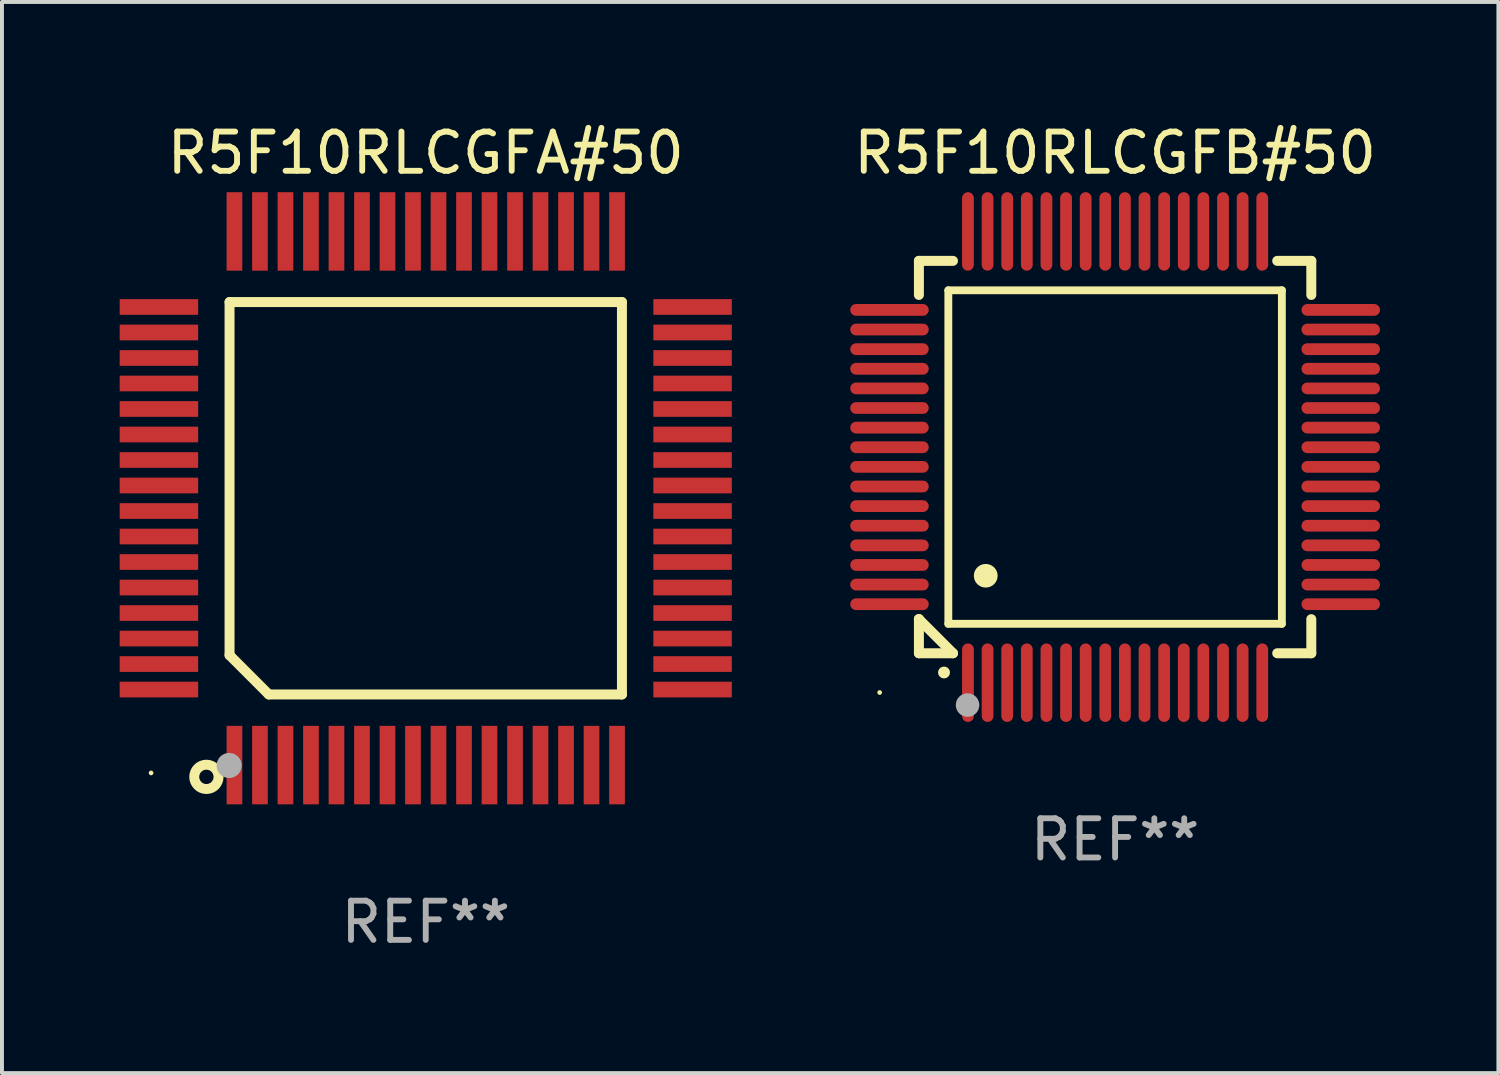
<source format=kicad_pcb>
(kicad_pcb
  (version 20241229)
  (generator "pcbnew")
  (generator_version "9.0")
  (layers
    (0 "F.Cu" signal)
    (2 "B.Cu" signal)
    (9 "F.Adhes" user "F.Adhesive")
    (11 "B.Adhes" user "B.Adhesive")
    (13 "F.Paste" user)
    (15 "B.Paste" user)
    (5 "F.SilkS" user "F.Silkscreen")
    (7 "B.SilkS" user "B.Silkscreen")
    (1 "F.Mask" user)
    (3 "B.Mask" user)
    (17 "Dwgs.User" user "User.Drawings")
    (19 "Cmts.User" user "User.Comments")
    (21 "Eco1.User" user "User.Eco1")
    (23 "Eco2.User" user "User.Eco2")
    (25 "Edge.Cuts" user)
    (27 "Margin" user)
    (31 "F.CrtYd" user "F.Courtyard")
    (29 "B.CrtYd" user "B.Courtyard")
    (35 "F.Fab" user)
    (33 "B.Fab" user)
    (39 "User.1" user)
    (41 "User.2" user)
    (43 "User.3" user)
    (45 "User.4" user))
  (footprint "R5F10RLCGFB#50"
    (layer "F.Cu")
    (at 25.368 8.598)
    (property "Reference" "R5F10RLCGFB#50" (at 0 -7.75 0) (layer "F.SilkS") (effects (font (size 1 1) (thickness 0.15))))
    (attr through_hole)
    (fp_line (start -5 -5) (end -4.131 -5) (stroke (width 0.254) (type solid)) (layer "F.SilkS"))
    (fp_line (start -5 -4.131) (end -5 -5) (stroke (width 0.254) (type solid)) (layer "F.SilkS"))
    (fp_line (start -5 4.131) (end -5 4.131) (stroke (width 0.254) (type solid)) (layer "F.SilkS"))
    (fp_line (start -5 5) (end -5 4.131) (stroke (width 0.254) (type solid)) (layer "F.SilkS"))
    (fp_line (start -5 4.131) (end -4.131 5) (stroke (width 0.254) (type solid)) (layer "F.SilkS"))
    (fp_line (start -4.25 -4.25) (end -4.25 4.25) (stroke (width 0.2) (type solid)) (layer "F.SilkS"))
    (fp_line (start -4.25 4.25) (end 4.25 4.25) (stroke (width 0.2) (type solid)) (layer "F.SilkS"))
    (fp_line (start -4.131 5) (end -5 5) (stroke (width 0.254) (type solid)) (layer "F.SilkS"))
    (fp_line (start 4.25 -4.25) (end -4.25 -4.25) (stroke (width 0.2) (type solid)) (layer "F.SilkS"))
    (fp_line (start 4.25 4.25) (end 4.25 -4.25) (stroke (width 0.2) (type solid)) (layer "F.SilkS"))
    (fp_line (start 5 -5) (end 4.131 -5) (stroke (width 0.254) (type solid)) (layer "F.SilkS"))
    (fp_line (start 5 -5) (end 5 -4.131) (stroke (width 0.254) (type solid)) (layer "F.SilkS"))
    (fp_line (start 5 4.131) (end 5 5) (stroke (width 0.254) (type solid)) (layer "F.SilkS"))
    (fp_line (start 5 5) (end 4.131 5) (stroke (width 0.254) (type solid)) (layer "F.SilkS"))
    (fp_arc (start -4.361265 5.489992) (mid -4.359995 5.489987) (end -4.358725 5.489992) (stroke (width 0.3) (type solid)) (layer "F.SilkS"))
    (fp_arc (start -3.299467 3.025146) (mid -3.296927 3.025135) (end -3.294387 3.025146) (stroke (width 0.6) (type solid)) (layer "F.SilkS"))
    (fp_circle (center -6 6) (end -5.97 6) (stroke (width 0.06) (type solid)) (fill no) (layer "F.SilkS"))
    (fp_circle (center -3.76 6.32) (end -3.61 6.32) (stroke (width 0.3) (type solid)) (fill no) (layer "F.Fab"))
    (fp_text user "REF**" (at 0 9.75 0) (layer "F.Fab") (effects (font (size 1 1) (thickness 0.15))))
    (pad "1" smd oval (at -3.75 5.75) (size 0.3 2) (layers "F.Cu" "F.Mask" "F.Paste"))
    (pad "2" smd oval (at -3.25 5.75) (size 0.3 2) (layers "F.Cu" "F.Mask" "F.Paste"))
    (pad "3" smd oval (at -2.75 5.75) (size 0.3 2) (layers "F.Cu" "F.Mask" "F.Paste"))
    (pad "4" smd oval (at -2.25 5.75) (size 0.3 2) (layers "F.Cu" "F.Mask" "F.Paste"))
    (pad "5" smd oval (at -1.75 5.75) (size 0.3 2) (layers "F.Cu" "F.Mask" "F.Paste"))
    (pad "6" smd oval (at -1.25 5.75) (size 0.3 2) (layers "F.Cu" "F.Mask" "F.Paste"))
    (pad "7" smd oval (at -0.75 5.75) (size 0.3 2) (layers "F.Cu" "F.Mask" "F.Paste"))
    (pad "8" smd oval (at -0.25 5.75) (size 0.3 2) (layers "F.Cu" "F.Mask" "F.Paste"))
    (pad "9" smd oval (at 0.25 5.75) (size 0.3 2) (layers "F.Cu" "F.Mask" "F.Paste"))
    (pad "10" smd oval (at 0.75 5.75) (size 0.3 2) (layers "F.Cu" "F.Mask" "F.Paste"))
    (pad "11" smd oval (at 1.25 5.75) (size 0.3 2) (layers "F.Cu" "F.Mask" "F.Paste"))
    (pad "12" smd oval (at 1.75 5.75) (size 0.3 2) (layers "F.Cu" "F.Mask" "F.Paste"))
    (pad "13" smd oval (at 2.25 5.75) (size 0.3 2) (layers "F.Cu" "F.Mask" "F.Paste"))
    (pad "14" smd oval (at 2.75 5.75) (size 0.3 2) (layers "F.Cu" "F.Mask" "F.Paste"))
    (pad "15" smd oval (at 3.25 5.75) (size 0.3 2) (layers "F.Cu" "F.Mask" "F.Paste"))
    (pad "16" smd oval (at 3.75 5.75) (size 0.3 2) (layers "F.Cu" "F.Mask" "F.Paste"))
    (pad "17" smd oval (at 5.75 3.75) (size 2 0.3) (layers "F.Cu" "F.Mask" "F.Paste"))
    (pad "18" smd oval (at 5.75 3.25) (size 2 0.3) (layers "F.Cu" "F.Mask" "F.Paste"))
    (pad "19" smd oval (at 5.75 2.75) (size 2 0.3) (layers "F.Cu" "F.Mask" "F.Paste"))
    (pad "20" smd oval (at 5.75 2.25) (size 2 0.3) (layers "F.Cu" "F.Mask" "F.Paste"))
    (pad "21" smd oval (at 5.75 1.75) (size 2 0.3) (layers "F.Cu" "F.Mask" "F.Paste"))
    (pad "22" smd oval (at 5.75 1.25) (size 2 0.3) (layers "F.Cu" "F.Mask" "F.Paste"))
    (pad "23" smd oval (at 5.75 0.75) (size 2 0.3) (layers "F.Cu" "F.Mask" "F.Paste"))
    (pad "24" smd oval (at 5.75 0.25) (size 2 0.3) (layers "F.Cu" "F.Mask" "F.Paste"))
    (pad "25" smd oval (at 5.75 -0.25) (size 2 0.3) (layers "F.Cu" "F.Mask" "F.Paste"))
    (pad "26" smd oval (at 5.75 -0.75) (size 2 0.3) (layers "F.Cu" "F.Mask" "F.Paste"))
    (pad "27" smd oval (at 5.75 -1.25) (size 2 0.3) (layers "F.Cu" "F.Mask" "F.Paste"))
    (pad "28" smd oval (at 5.75 -1.75) (size 2 0.3) (layers "F.Cu" "F.Mask" "F.Paste"))
    (pad "29" smd oval (at 5.75 -2.25) (size 2 0.3) (layers "F.Cu" "F.Mask" "F.Paste"))
    (pad "30" smd oval (at 5.75 -2.75) (size 2 0.3) (layers "F.Cu" "F.Mask" "F.Paste"))
    (pad "31" smd oval (at 5.75 -3.25) (size 2 0.3) (layers "F.Cu" "F.Mask" "F.Paste"))
    (pad "32" smd oval (at 5.75 -3.75) (size 2 0.3) (layers "F.Cu" "F.Mask" "F.Paste"))
    (pad "33" smd oval (at 3.75 -5.75) (size 0.3 2) (layers "F.Cu" "F.Mask" "F.Paste"))
    (pad "34" smd oval (at 3.25 -5.75) (size 0.3 2) (layers "F.Cu" "F.Mask" "F.Paste"))
    (pad "35" smd oval (at 2.75 -5.75) (size 0.3 2) (layers "F.Cu" "F.Mask" "F.Paste"))
    (pad "36" smd oval (at 2.25 -5.75) (size 0.3 2) (layers "F.Cu" "F.Mask" "F.Paste"))
    (pad "37" smd oval (at 1.75 -5.75) (size 0.3 2) (layers "F.Cu" "F.Mask" "F.Paste"))
    (pad "38" smd oval (at 1.25 -5.75) (size 0.3 2) (layers "F.Cu" "F.Mask" "F.Paste"))
    (pad "39" smd oval (at 0.75 -5.75) (size 0.3 2) (layers "F.Cu" "F.Mask" "F.Paste"))
    (pad "40" smd oval (at 0.25 -5.75) (size 0.3 2) (layers "F.Cu" "F.Mask" "F.Paste"))
    (pad "41" smd oval (at -0.25 -5.75) (size 0.3 2) (layers "F.Cu" "F.Mask" "F.Paste"))
    (pad "42" smd oval (at -0.75 -5.75) (size 0.3 2) (layers "F.Cu" "F.Mask" "F.Paste"))
    (pad "43" smd oval (at -1.25 -5.75) (size 0.3 2) (layers "F.Cu" "F.Mask" "F.Paste"))
    (pad "44" smd oval (at -1.75 -5.75) (size 0.3 2) (layers "F.Cu" "F.Mask" "F.Paste"))
    (pad "45" smd oval (at -2.25 -5.75) (size 0.3 2) (layers "F.Cu" "F.Mask" "F.Paste"))
    (pad "46" smd oval (at -2.75 -5.75) (size 0.3 2) (layers "F.Cu" "F.Mask" "F.Paste"))
    (pad "47" smd oval (at -3.25 -5.75) (size 0.3 2) (layers "F.Cu" "F.Mask" "F.Paste"))
    (pad "48" smd oval (at -3.75 -5.75) (size 0.3 2) (layers "F.Cu" "F.Mask" "F.Paste"))
    (pad "49" smd oval (at -5.75 -3.75) (size 2 0.3) (layers "F.Cu" "F.Mask" "F.Paste"))
    (pad "50" smd oval (at -5.75 -3.25) (size 2 0.3) (layers "F.Cu" "F.Mask" "F.Paste"))
    (pad "51" smd oval (at -5.75 -2.75) (size 2 0.3) (layers "F.Cu" "F.Mask" "F.Paste"))
    (pad "52" smd oval (at -5.75 -2.25) (size 2 0.3) (layers "F.Cu" "F.Mask" "F.Paste"))
    (pad "53" smd oval (at -5.75 -1.75) (size 2 0.3) (layers "F.Cu" "F.Mask" "F.Paste"))
    (pad "54" smd oval (at -5.75 -1.25) (size 2 0.3) (layers "F.Cu" "F.Mask" "F.Paste"))
    (pad "55" smd oval (at -5.75 -0.75) (size 2 0.3) (layers "F.Cu" "F.Mask" "F.Paste"))
    (pad "56" smd oval (at -5.75 -0.25) (size 2 0.3) (layers "F.Cu" "F.Mask" "F.Paste"))
    (pad "57" smd oval (at -5.75 0.25) (size 2 0.3) (layers "F.Cu" "F.Mask" "F.Paste"))
    (pad "58" smd oval (at -5.75 0.75) (size 2 0.3) (layers "F.Cu" "F.Mask" "F.Paste"))
    (pad "59" smd oval (at -5.75 1.25) (size 2 0.3) (layers "F.Cu" "F.Mask" "F.Paste"))
    (pad "60" smd oval (at -5.75 1.75) (size 2 0.3) (layers "F.Cu" "F.Mask" "F.Paste"))
    (pad "61" smd oval (at -5.75 2.25) (size 2 0.3) (layers "F.Cu" "F.Mask" "F.Paste"))
    (pad "62" smd oval (at -5.75 2.75) (size 2 0.3) (layers "F.Cu" "F.Mask" "F.Paste"))
    (pad "63" smd oval (at -5.75 3.25) (size 2 0.3) (layers "F.Cu" "F.Mask" "F.Paste"))
    (pad "64" smd oval (at -5.75 3.75) (size 2 0.3) (layers "F.Cu" "F.Mask" "F.Paste")))
  (footprint "R5F10RLCGFA#50"
    (layer "F.Cu")
    (at 7.8 9.648)
    (property "Reference" "R5F10RLCGFA#50" (at 0 -8.8 0) (layer "F.SilkS") (effects (font (size 1 1) (thickness 0.15))))
    (attr through_hole)
    (fp_line (start -5 -5) (end 5 -5) (stroke (width 0.254) (type solid)) (layer "F.SilkS"))
    (fp_line (start -5 4) (end -5 -5) (stroke (width 0.254) (type solid)) (layer "F.SilkS"))
    (fp_line (start -4 5) (end -5 4) (stroke (width 0.254) (type solid)) (layer "F.SilkS"))
    (fp_line (start 5 -5) (end 5 5) (stroke (width 0.254) (type solid)) (layer "F.SilkS"))
    (fp_line (start 5 5) (end -4 5) (stroke (width 0.254) (type solid)) (layer "F.SilkS"))
    (fp_circle (center -7 7) (end -6.97 7) (stroke (width 0.06) (type solid)) (fill no) (layer "F.SilkS"))
    (fp_circle (center -5.59 7.1) (end -5.28 7.1) (stroke (width 0.254) (type solid)) (fill no) (layer "F.SilkS"))
    (fp_circle (center -5.01 6.81) (end -4.85 6.81) (stroke (width 0.32) (type solid)) (fill no) (layer "F.Fab"))
    (fp_text user "REF**" (at 0 10.8 0) (layer "F.Fab") (effects (font (size 1 1) (thickness 0.15))))
    (pad "1" smd rect (at -4.875 6.8) (size 0.4 2) (layers "F.Cu" "F.Mask" "F.Paste"))
    (pad "2" smd rect (at -4.225 6.8) (size 0.4 2) (layers "F.Cu" "F.Mask" "F.Paste"))
    (pad "3" smd rect (at -3.575 6.8) (size 0.4 2) (layers "F.Cu" "F.Mask" "F.Paste"))
    (pad "4" smd rect (at -2.925 6.8) (size 0.4 2) (layers "F.Cu" "F.Mask" "F.Paste"))
    (pad "5" smd rect (at -2.275 6.8) (size 0.4 2) (layers "F.Cu" "F.Mask" "F.Paste"))
    (pad "6" smd rect (at -1.625 6.8) (size 0.4 2) (layers "F.Cu" "F.Mask" "F.Paste"))
    (pad "7" smd rect (at -0.975 6.8) (size 0.4 2) (layers "F.Cu" "F.Mask" "F.Paste"))
    (pad "8" smd rect (at -0.325 6.8) (size 0.4 2) (layers "F.Cu" "F.Mask" "F.Paste"))
    (pad "9" smd rect (at 0.325 6.8) (size 0.4 2) (layers "F.Cu" "F.Mask" "F.Paste"))
    (pad "10" smd rect (at 0.975 6.8) (size 0.4 2) (layers "F.Cu" "F.Mask" "F.Paste"))
    (pad "11" smd rect (at 1.625 6.8) (size 0.4 2) (layers "F.Cu" "F.Mask" "F.Paste"))
    (pad "12" smd rect (at 2.275 6.8) (size 0.4 2) (layers "F.Cu" "F.Mask" "F.Paste"))
    (pad "13" smd rect (at 2.925 6.8) (size 0.4 2) (layers "F.Cu" "F.Mask" "F.Paste"))
    (pad "14" smd rect (at 3.575 6.8) (size 0.4 2) (layers "F.Cu" "F.Mask" "F.Paste"))
    (pad "15" smd rect (at 4.225 6.8) (size 0.4 2) (layers "F.Cu" "F.Mask" "F.Paste"))
    (pad "16" smd rect (at 4.875 6.8) (size 0.4 2) (layers "F.Cu" "F.Mask" "F.Paste"))
    (pad "17" smd rect (at 6.8 4.875) (size 2 0.4) (layers "F.Cu" "F.Mask" "F.Paste"))
    (pad "18" smd rect (at 6.8 4.225) (size 2 0.4) (layers "F.Cu" "F.Mask" "F.Paste"))
    (pad "19" smd rect (at 6.8 3.575) (size 2 0.4) (layers "F.Cu" "F.Mask" "F.Paste"))
    (pad "20" smd rect (at 6.8 2.925) (size 2 0.4) (layers "F.Cu" "F.Mask" "F.Paste"))
    (pad "21" smd rect (at 6.8 2.275) (size 2 0.4) (layers "F.Cu" "F.Mask" "F.Paste"))
    (pad "22" smd rect (at 6.8 1.625) (size 2 0.4) (layers "F.Cu" "F.Mask" "F.Paste"))
    (pad "23" smd rect (at 6.8 0.975) (size 2 0.4) (layers "F.Cu" "F.Mask" "F.Paste"))
    (pad "24" smd rect (at 6.8 0.325) (size 2 0.4) (layers "F.Cu" "F.Mask" "F.Paste"))
    (pad "25" smd rect (at 6.8 -0.325) (size 2 0.4) (layers "F.Cu" "F.Mask" "F.Paste"))
    (pad "26" smd rect (at 6.8 -0.975) (size 2 0.4) (layers "F.Cu" "F.Mask" "F.Paste"))
    (pad "27" smd rect (at 6.8 -1.625) (size 2 0.4) (layers "F.Cu" "F.Mask" "F.Paste"))
    (pad "28" smd rect (at 6.8 -2.275) (size 2 0.4) (layers "F.Cu" "F.Mask" "F.Paste"))
    (pad "29" smd rect (at 6.8 -2.925) (size 2 0.4) (layers "F.Cu" "F.Mask" "F.Paste"))
    (pad "30" smd rect (at 6.8 -3.575) (size 2 0.4) (layers "F.Cu" "F.Mask" "F.Paste"))
    (pad "31" smd rect (at 6.8 -4.225) (size 2 0.4) (layers "F.Cu" "F.Mask" "F.Paste"))
    (pad "32" smd rect (at 6.8 -4.875) (size 2 0.4) (layers "F.Cu" "F.Mask" "F.Paste"))
    (pad "33" smd rect (at 4.875 -6.8) (size 0.4 2) (layers "F.Cu" "F.Mask" "F.Paste"))
    (pad "34" smd rect (at 4.225 -6.8) (size 0.4 2) (layers "F.Cu" "F.Mask" "F.Paste"))
    (pad "35" smd rect (at 3.575 -6.8) (size 0.4 2) (layers "F.Cu" "F.Mask" "F.Paste"))
    (pad "36" smd rect (at 2.925 -6.8) (size 0.4 2) (layers "F.Cu" "F.Mask" "F.Paste"))
    (pad "37" smd rect (at 2.275 -6.8) (size 0.4 2) (layers "F.Cu" "F.Mask" "F.Paste"))
    (pad "38" smd rect (at 1.625 -6.8) (size 0.4 2) (layers "F.Cu" "F.Mask" "F.Paste"))
    (pad "39" smd rect (at 0.975 -6.8) (size 0.4 2) (layers "F.Cu" "F.Mask" "F.Paste"))
    (pad "40" smd rect (at 0.325 -6.8) (size 0.4 2) (layers "F.Cu" "F.Mask" "F.Paste"))
    (pad "41" smd rect (at -0.325 -6.8) (size 0.4 2) (layers "F.Cu" "F.Mask" "F.Paste"))
    (pad "42" smd rect (at -0.975 -6.8) (size 0.4 2) (layers "F.Cu" "F.Mask" "F.Paste"))
    (pad "43" smd rect (at -1.625 -6.8) (size 0.4 2) (layers "F.Cu" "F.Mask" "F.Paste"))
    (pad "44" smd rect (at -2.275 -6.8) (size 0.4 2) (layers "F.Cu" "F.Mask" "F.Paste"))
    (pad "45" smd rect (at -2.925 -6.8) (size 0.4 2) (layers "F.Cu" "F.Mask" "F.Paste"))
    (pad "46" smd rect (at -3.575 -6.8) (size 0.4 2) (layers "F.Cu" "F.Mask" "F.Paste"))
    (pad "47" smd rect (at -4.225 -6.8) (size 0.4 2) (layers "F.Cu" "F.Mask" "F.Paste"))
    (pad "48" smd rect (at -4.875 -6.8) (size 0.4 2) (layers "F.Cu" "F.Mask" "F.Paste"))
    (pad "49" smd rect (at -6.8 -4.875) (size 2 0.4) (layers "F.Cu" "F.Mask" "F.Paste"))
    (pad "50" smd rect (at -6.8 -4.225) (size 2 0.4) (layers "F.Cu" "F.Mask" "F.Paste"))
    (pad "51" smd rect (at -6.8 -3.575) (size 2 0.4) (layers "F.Cu" "F.Mask" "F.Paste"))
    (pad "52" smd rect (at -6.8 -2.925) (size 2 0.4) (layers "F.Cu" "F.Mask" "F.Paste"))
    (pad "53" smd rect (at -6.8 -2.275) (size 2 0.4) (layers "F.Cu" "F.Mask" "F.Paste"))
    (pad "54" smd rect (at -6.8 -1.625) (size 2 0.4) (layers "F.Cu" "F.Mask" "F.Paste"))
    (pad "55" smd rect (at -6.8 -0.975) (size 2 0.4) (layers "F.Cu" "F.Mask" "F.Paste"))
    (pad "56" smd rect (at -6.8 -0.325) (size 2 0.4) (layers "F.Cu" "F.Mask" "F.Paste"))
    (pad "57" smd rect (at -6.8 0.325) (size 2 0.4) (layers "F.Cu" "F.Mask" "F.Paste"))
    (pad "58" smd rect (at -6.8 0.975) (size 2 0.4) (layers "F.Cu" "F.Mask" "F.Paste"))
    (pad "59" smd rect (at -6.8 1.625) (size 2 0.4) (layers "F.Cu" "F.Mask" "F.Paste"))
    (pad "60" smd rect (at -6.8 2.275) (size 2 0.4) (layers "F.Cu" "F.Mask" "F.Paste"))
    (pad "61" smd rect (at -6.8 2.925) (size 2 0.4) (layers "F.Cu" "F.Mask" "F.Paste"))
    (pad "62" smd rect (at -6.8 3.575) (size 2 0.4) (layers "F.Cu" "F.Mask" "F.Paste"))
    (pad "63" smd rect (at -6.8 4.225) (size 2 0.4) (layers "F.Cu" "F.Mask" "F.Paste"))
    (pad "64" smd rect (at -6.8 4.875) (size 2 0.4) (layers "F.Cu" "F.Mask" "F.Paste")))
  (gr_rect
    (start -3 -3)
    (end 35.136 24.297)
    (stroke (width 0.1) (type default))
    (fill no)
    (layer "Edge.Cuts")))
</source>
